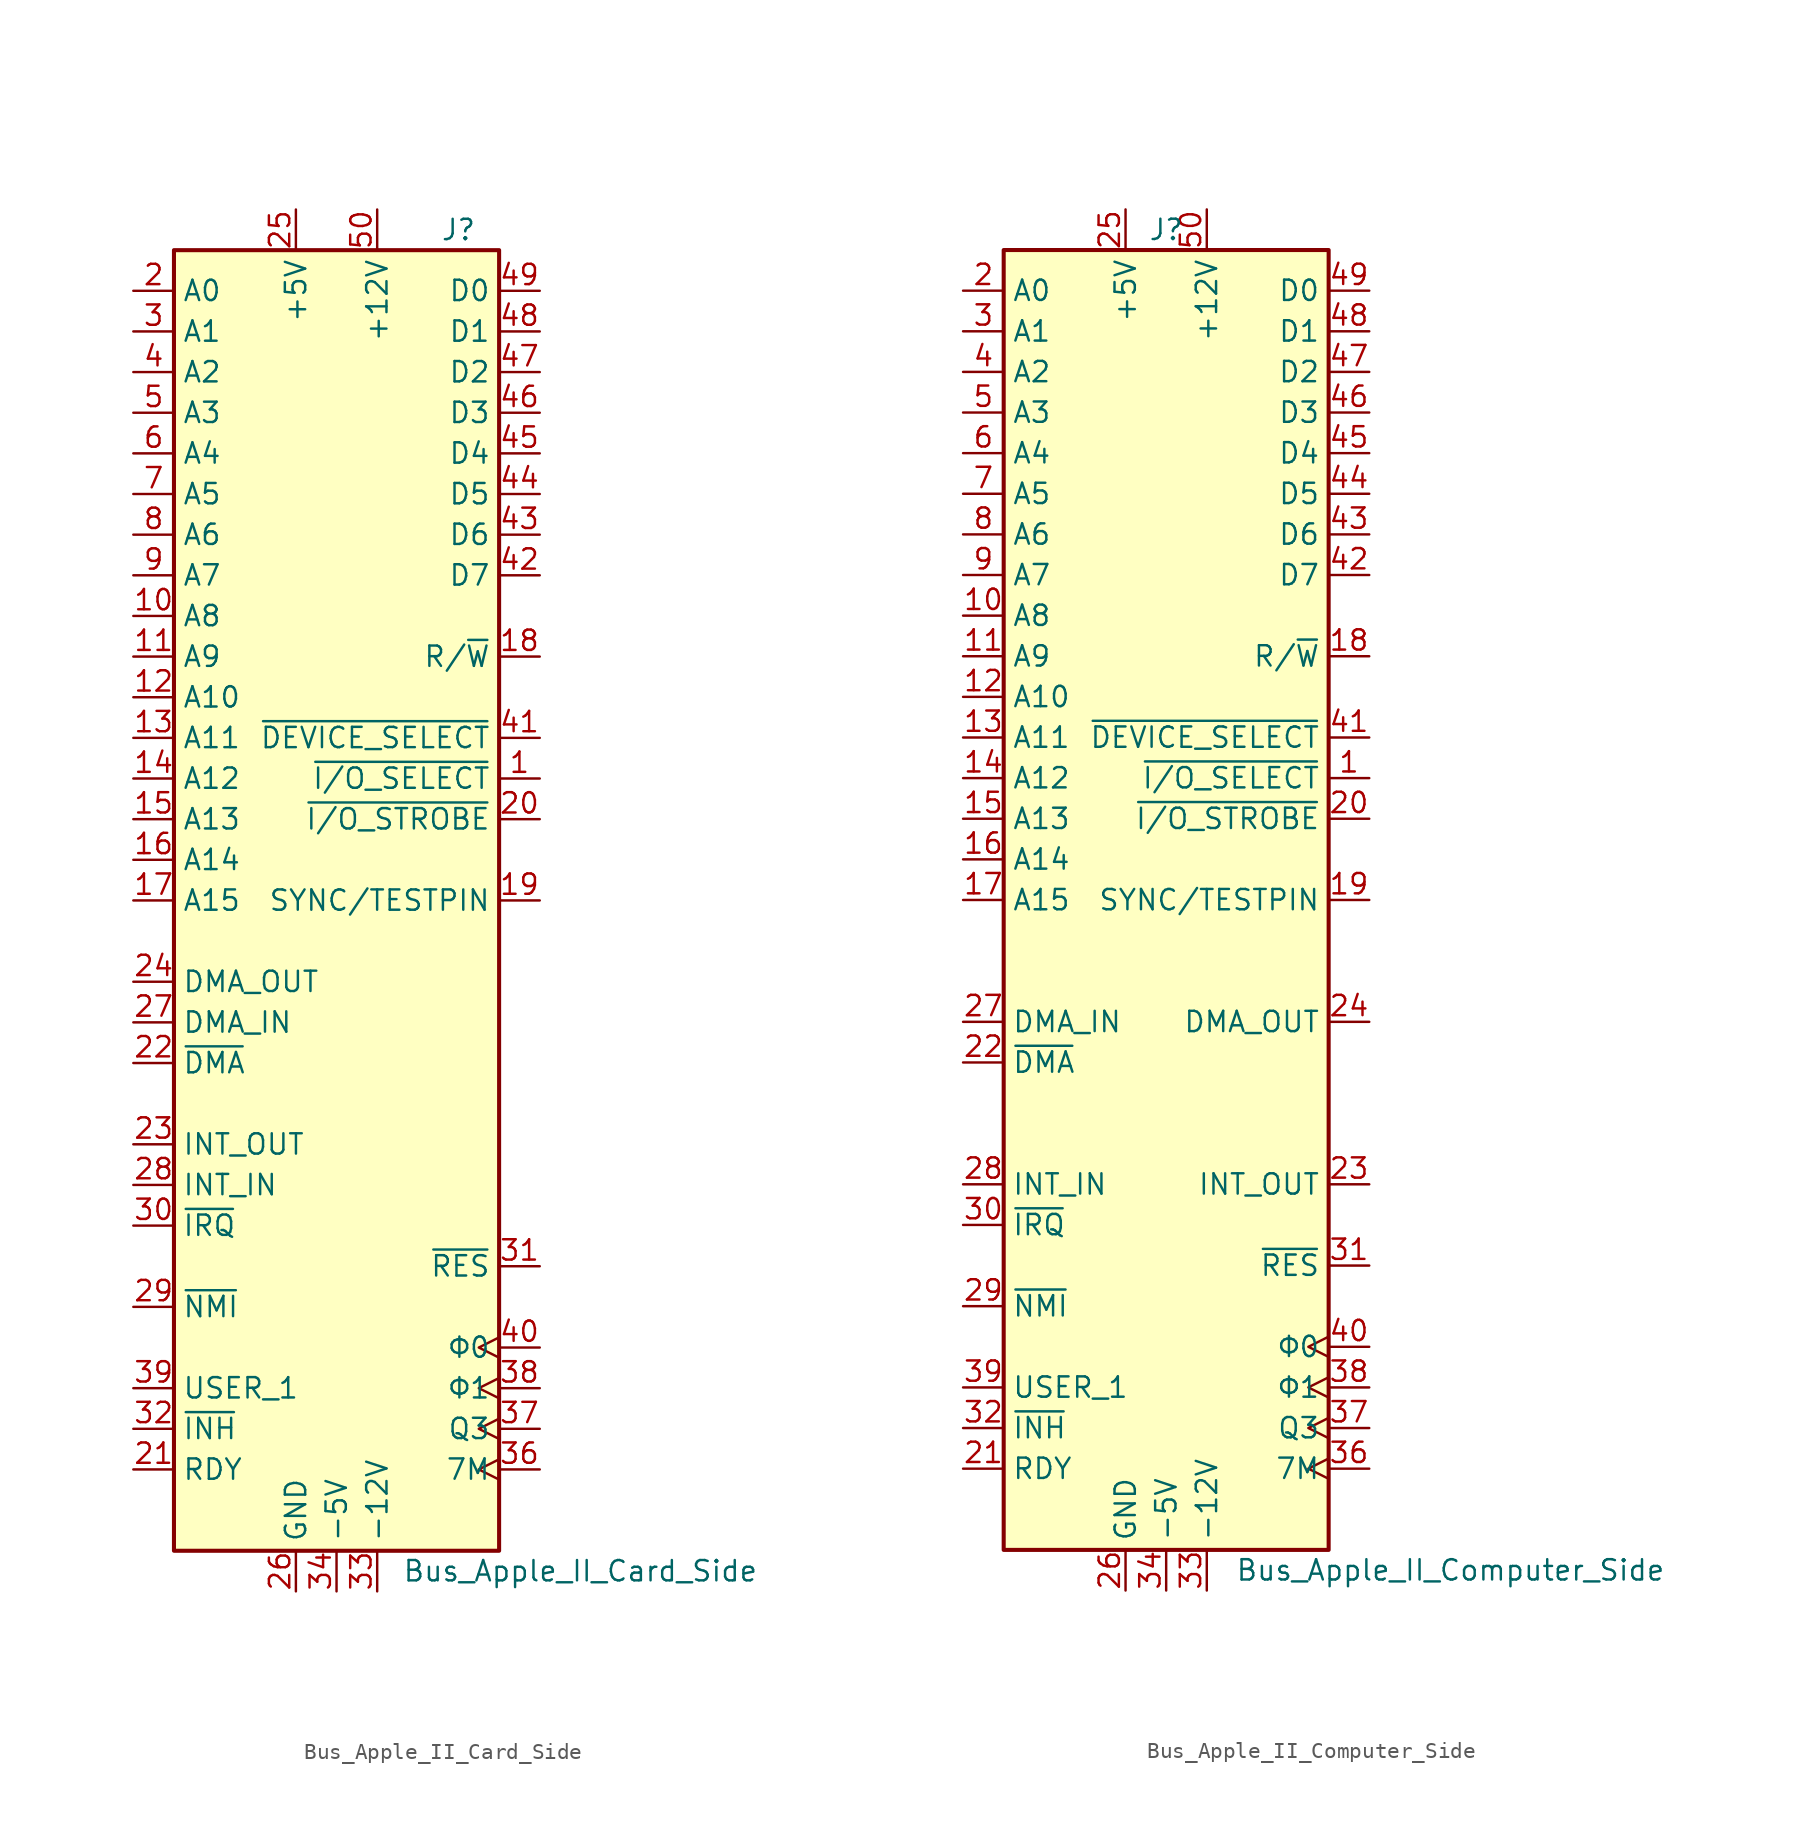
<source format=kicad_sym>
(kicad_symbol_lib
  (version 20231120)
  (generator "kicad_symbol_editor")
  (generator_version "8.0")
  (symbol "Bus_Apple_II_Card_Side"
    (property "Reference" "J"
      (at 7.62 41.91 0)
      (effects (font (size 1.27 1.27))))
    (property "Value" "Bus_Apple_II_Card_Side"
      (at 15.24 -41.91 0)
      (effects (font (size 1.27 1.27))))
    (symbol "Bus_Apple_II_Card_Side_0_1"
      (rectangle (start -10.16 40.64) (end 10.16 -40.64) (stroke (width 0.254) (type default)) (fill (type background))))
    (symbol "Bus_Apple_II_Card_Side_1_1"
      (pin output line (at 12.7 7.62 180) (length 2.54) (name "~{I/O_SELECT}" (effects (font (size 1.27 1.27)))) (number "1" (effects (font (size 1.27 1.27)))))
      (pin bidirectional line (at -12.7 17.78 0) (length 2.54) (name "A8" (effects (font (size 1.27 1.27)))) (number "10" (effects (font (size 1.27 1.27)))))
      (pin bidirectional line (at -12.7 15.24 0) (length 2.54) (name "A9" (effects (font (size 1.27 1.27)))) (number "11" (effects (font (size 1.27 1.27)))))
      (pin bidirectional line (at -12.7 12.7 0) (length 2.54) (name "A10" (effects (font (size 1.27 1.27)))) (number "12" (effects (font (size 1.27 1.27)))))
      (pin bidirectional line (at -12.7 10.16 0) (length 2.54) (name "A11" (effects (font (size 1.27 1.27)))) (number "13" (effects (font (size 1.27 1.27)))))
      (pin bidirectional line (at -12.7 7.62 0) (length 2.54) (name "A12" (effects (font (size 1.27 1.27)))) (number "14" (effects (font (size 1.27 1.27)))))
      (pin bidirectional line (at -12.7 5.08 0) (length 2.54) (name "A13" (effects (font (size 1.27 1.27)))) (number "15" (effects (font (size 1.27 1.27)))))
      (pin bidirectional line (at -12.7 2.54 0) (length 2.54) (name "A14" (effects (font (size 1.27 1.27)))) (number "16" (effects (font (size 1.27 1.27)))))
      (pin bidirectional line (at -12.7 0 0) (length 2.54) (name "A15" (effects (font (size 1.27 1.27)))) (number "17" (effects (font (size 1.27 1.27)))))
      (pin bidirectional line (at 12.7 15.24 180) (length 2.54) (name "R/~{W}" (effects (font (size 1.27 1.27)))) (number "18" (effects (font (size 1.27 1.27)))))
      (pin bidirectional line (at 12.7 0 180) (length 2.54) (name "SYNC/TESTPIN" (effects (font (size 1.27 1.27)))) (number "19" (effects (font (size 1.27 1.27)))))
      (pin bidirectional line (at -12.7 38.1 0) (length 2.54) (name "A0" (effects (font (size 1.27 1.27)))) (number "2" (effects (font (size 1.27 1.27)))))
      (pin output line (at 12.7 5.08 180) (length 2.54) (name "~{I/O_STROBE}" (effects (font (size 1.27 1.27)))) (number "20" (effects (font (size 1.27 1.27)))))
      (pin input line (at -12.7 -35.56 0) (length 2.54) (name "RDY" (effects (font (size 1.27 1.27)))) (number "21" (effects (font (size 1.27 1.27)))))
      (pin input line (at -12.7 -10.16 0) (length 2.54) (name "~{DMA}" (effects (font (size 1.27 1.27)))) (number "22" (effects (font (size 1.27 1.27)))))
      (pin input line (at -12.7 -15.24 0) (length 2.54) (name "INT_OUT" (effects (font (size 1.27 1.27)))) (number "23" (effects (font (size 1.27 1.27)))))
      (pin input line (at -12.7 -5.08 0) (length 2.54) (name "DMA_OUT" (effects (font (size 1.27 1.27)))) (number "24" (effects (font (size 1.27 1.27)))))
      (pin power_out line (at -2.54 43.18 270) (length 2.54) (name "+5V" (effects (font (size 1.27 1.27)))) (number "25" (effects (font (size 1.27 1.27)))))
      (pin power_out line (at -2.54 -43.18 90) (length 2.54) (name "GND" (effects (font (size 1.27 1.27)))) (number "26" (effects (font (size 1.27 1.27)))))
      (pin output line (at -12.7 -7.62 0) (length 2.54) (name "DMA_IN" (effects (font (size 1.27 1.27)))) (number "27" (effects (font (size 1.27 1.27)))))
      (pin output line (at -12.7 -17.78 0) (length 2.54) (name "INT_IN" (effects (font (size 1.27 1.27)))) (number "28" (effects (font (size 1.27 1.27)))))
      (pin input line (at -12.7 -25.4 0) (length 2.54) (name "~{NMI}" (effects (font (size 1.27 1.27)))) (number "29" (effects (font (size 1.27 1.27)))))
      (pin bidirectional line (at -12.7 35.56 0) (length 2.54) (name "A1" (effects (font (size 1.27 1.27)))) (number "3" (effects (font (size 1.27 1.27)))))
      (pin input line (at -12.7 -20.32 0) (length 2.54) (name "~{IRQ}" (effects (font (size 1.27 1.27)))) (number "30" (effects (font (size 1.27 1.27)))))
      (pin bidirectional line (at 12.7 -22.86 180) (length 2.54) (name "~{RES}" (effects (font (size 1.27 1.27)))) (number "31" (effects (font (size 1.27 1.27)))))
      (pin input line (at -12.7 -33.02 0) (length 2.54) (name "~{INH}" (effects (font (size 1.27 1.27)))) (number "32" (effects (font (size 1.27 1.27)))))
      (pin power_out line (at 2.54 -43.18 90) (length 2.54) (name "-12V" (effects (font (size 1.27 1.27)))) (number "33" (effects (font (size 1.27 1.27)))))
      (pin power_out line (at 0 -43.18 90) (length 2.54) (name "-5V" (effects (font (size 1.27 1.27)))) (number "34" (effects (font (size 1.27 1.27)))))
      (pin no_connect line (at 10.16 -2.54 180) (length 2.54) hide (name "N.C." (effects (font (size 1.27 1.27)))) (number "35" (effects (font (size 1.27 1.27)))))
      (pin output clock (at 12.7 -35.56 180) (length 2.54) (name "7M" (effects (font (size 1.27 1.27)))) (number "36" (effects (font (size 1.27 1.27)))))
      (pin output clock (at 12.7 -33.02 180) (length 2.54) (name "Q3" (effects (font (size 1.27 1.27)))) (number "37" (effects (font (size 1.27 1.27)))))
      (pin output clock (at 12.7 -30.48 180) (length 2.54) (name "Φ1" (effects (font (size 1.27 1.27)))) (number "38" (effects (font (size 1.27 1.27)))))
      (pin input line (at -12.7 -30.48 0) (length 2.54) (name "USER_1" (effects (font (size 1.27 1.27)))) (number "39" (effects (font (size 1.27 1.27)))))
      (pin bidirectional line (at -12.7 33.02 0) (length 2.54) (name "A2" (effects (font (size 1.27 1.27)))) (number "4" (effects (font (size 1.27 1.27)))))
      (pin output clock (at 12.7 -27.94 180) (length 2.54) (name "Φ0" (effects (font (size 1.27 1.27)))) (number "40" (effects (font (size 1.27 1.27)))))
      (pin output line (at 12.7 10.16 180) (length 2.54) (name "~{DEVICE_SELECT}" (effects (font (size 1.27 1.27)))) (number "41" (effects (font (size 1.27 1.27)))))
      (pin bidirectional line (at 12.7 20.32 180) (length 2.54) (name "D7" (effects (font (size 1.27 1.27)))) (number "42" (effects (font (size 1.27 1.27)))))
      (pin bidirectional line (at 12.7 22.86 180) (length 2.54) (name "D6" (effects (font (size 1.27 1.27)))) (number "43" (effects (font (size 1.27 1.27)))))
      (pin bidirectional line (at 12.7 25.4 180) (length 2.54) (name "D5" (effects (font (size 1.27 1.27)))) (number "44" (effects (font (size 1.27 1.27)))))
      (pin bidirectional line (at 12.7 27.94 180) (length 2.54) (name "D4" (effects (font (size 1.27 1.27)))) (number "45" (effects (font (size 1.27 1.27)))))
      (pin bidirectional line (at 12.7 30.48 180) (length 2.54) (name "D3" (effects (font (size 1.27 1.27)))) (number "46" (effects (font (size 1.27 1.27)))))
      (pin bidirectional line (at 12.7 33.02 180) (length 2.54) (name "D2" (effects (font (size 1.27 1.27)))) (number "47" (effects (font (size 1.27 1.27)))))
      (pin bidirectional line (at 12.7 35.56 180) (length 2.54) (name "D1" (effects (font (size 1.27 1.27)))) (number "48" (effects (font (size 1.27 1.27)))))
      (pin bidirectional line (at 12.7 38.1 180) (length 2.54) (name "D0" (effects (font (size 1.27 1.27)))) (number "49" (effects (font (size 1.27 1.27)))))
      (pin bidirectional line (at -12.7 30.48 0) (length 2.54) (name "A3" (effects (font (size 1.27 1.27)))) (number "5" (effects (font (size 1.27 1.27)))))
      (pin power_out line (at 2.54 43.18 270) (length 2.54) (name "+12V" (effects (font (size 1.27 1.27)))) (number "50" (effects (font (size 1.27 1.27)))))
      (pin bidirectional line (at -12.7 27.94 0) (length 2.54) (name "A4" (effects (font (size 1.27 1.27)))) (number "6" (effects (font (size 1.27 1.27)))))
      (pin bidirectional line (at -12.7 25.4 0) (length 2.54) (name "A5" (effects (font (size 1.27 1.27)))) (number "7" (effects (font (size 1.27 1.27)))))
      (pin bidirectional line (at -12.7 22.86 0) (length 2.54) (name "A6" (effects (font (size 1.27 1.27)))) (number "8" (effects (font (size 1.27 1.27)))))
      (pin bidirectional line (at -12.7 20.32 0) (length 2.54) (name "A7" (effects (font (size 1.27 1.27)))) (number "9" (effects (font (size 1.27 1.27)))))))
  (symbol "Bus_Apple_II_Computer_Side"
    (property "Reference" "J"
      (at 0 41.91 0)
      (effects (font (size 1.27 1.27))))
    (property "Value" "Bus_Apple_II_Computer_Side"
      (at 17.78 -41.91 0)
      (effects (font (size 1.27 1.27))))
    (symbol "Bus_Apple_II_Computer_Side_0_1"
      (rectangle (start -10.16 40.64) (end 10.16 -40.64) (stroke (width 0.254) (type default)) (fill (type background))))
    (symbol "Bus_Apple_II_Computer_Side_1_1"
      (pin input line (at 12.7 7.62 180) (length 2.54) (name "~{I/O_SELECT}" (effects (font (size 1.27 1.27)))) (number "1" (effects (font (size 1.27 1.27)))))
      (pin bidirectional line (at -12.7 17.78 0) (length 2.54) (name "A8" (effects (font (size 1.27 1.27)))) (number "10" (effects (font (size 1.27 1.27)))))
      (pin bidirectional line (at -12.7 15.24 0) (length 2.54) (name "A9" (effects (font (size 1.27 1.27)))) (number "11" (effects (font (size 1.27 1.27)))))
      (pin bidirectional line (at -12.7 12.7 0) (length 2.54) (name "A10" (effects (font (size 1.27 1.27)))) (number "12" (effects (font (size 1.27 1.27)))))
      (pin bidirectional line (at -12.7 10.16 0) (length 2.54) (name "A11" (effects (font (size 1.27 1.27)))) (number "13" (effects (font (size 1.27 1.27)))))
      (pin bidirectional line (at -12.7 7.62 0) (length 2.54) (name "A12" (effects (font (size 1.27 1.27)))) (number "14" (effects (font (size 1.27 1.27)))))
      (pin bidirectional line (at -12.7 5.08 0) (length 2.54) (name "A13" (effects (font (size 1.27 1.27)))) (number "15" (effects (font (size 1.27 1.27)))))
      (pin bidirectional line (at -12.7 2.54 0) (length 2.54) (name "A14" (effects (font (size 1.27 1.27)))) (number "16" (effects (font (size 1.27 1.27)))))
      (pin bidirectional line (at -12.7 0 0) (length 2.54) (name "A15" (effects (font (size 1.27 1.27)))) (number "17" (effects (font (size 1.27 1.27)))))
      (pin bidirectional line (at 12.7 15.24 180) (length 2.54) (name "R/~{W}" (effects (font (size 1.27 1.27)))) (number "18" (effects (font (size 1.27 1.27)))))
      (pin bidirectional line (at 12.7 0 180) (length 2.54) (name "SYNC/TESTPIN" (effects (font (size 1.27 1.27)))) (number "19" (effects (font (size 1.27 1.27)))))
      (pin bidirectional line (at -12.7 38.1 0) (length 2.54) (name "A0" (effects (font (size 1.27 1.27)))) (number "2" (effects (font (size 1.27 1.27)))))
      (pin input line (at 12.7 5.08 180) (length 2.54) (name "~{I/O_STROBE}" (effects (font (size 1.27 1.27)))) (number "20" (effects (font (size 1.27 1.27)))))
      (pin open_collector line (at -12.7 -35.56 0) (length 2.54) (name "RDY" (effects (font (size 1.27 1.27)))) (number "21" (effects (font (size 1.27 1.27)))))
      (pin open_collector line (at -12.7 -10.16 0) (length 2.54) (name "~{DMA}" (effects (font (size 1.27 1.27)))) (number "22" (effects (font (size 1.27 1.27)))))
      (pin output line (at 12.7 -17.78 180) (length 2.54) (name "INT_OUT" (effects (font (size 1.27 1.27)))) (number "23" (effects (font (size 1.27 1.27)))))
      (pin output line (at 12.7 -7.62 180) (length 2.54) (name "DMA_OUT" (effects (font (size 1.27 1.27)))) (number "24" (effects (font (size 1.27 1.27)))))
      (pin power_in line (at -2.54 43.18 270) (length 2.54) (name "+5V" (effects (font (size 1.27 1.27)))) (number "25" (effects (font (size 1.27 1.27)))))
      (pin power_in line (at -2.54 -43.18 90) (length 2.54) (name "GND" (effects (font (size 1.27 1.27)))) (number "26" (effects (font (size 1.27 1.27)))))
      (pin input line (at -12.7 -7.62 0) (length 2.54) (name "DMA_IN" (effects (font (size 1.27 1.27)))) (number "27" (effects (font (size 1.27 1.27)))))
      (pin input line (at -12.7 -17.78 0) (length 2.54) (name "INT_IN" (effects (font (size 1.27 1.27)))) (number "28" (effects (font (size 1.27 1.27)))))
      (pin open_collector line (at -12.7 -25.4 0) (length 2.54) (name "~{NMI}" (effects (font (size 1.27 1.27)))) (number "29" (effects (font (size 1.27 1.27)))))
      (pin bidirectional line (at -12.7 35.56 0) (length 2.54) (name "A1" (effects (font (size 1.27 1.27)))) (number "3" (effects (font (size 1.27 1.27)))))
      (pin open_collector line (at -12.7 -20.32 0) (length 2.54) (name "~{IRQ}" (effects (font (size 1.27 1.27)))) (number "30" (effects (font (size 1.27 1.27)))))
      (pin bidirectional line (at 12.7 -22.86 180) (length 2.54) (name "~{RES}" (effects (font (size 1.27 1.27)))) (number "31" (effects (font (size 1.27 1.27)))))
      (pin open_collector line (at -12.7 -33.02 0) (length 2.54) (name "~{INH}" (effects (font (size 1.27 1.27)))) (number "32" (effects (font (size 1.27 1.27)))))
      (pin power_in line (at 2.54 -43.18 90) (length 2.54) (name "-12V" (effects (font (size 1.27 1.27)))) (number "33" (effects (font (size 1.27 1.27)))))
      (pin power_in line (at 0 -43.18 90) (length 2.54) (name "-5V" (effects (font (size 1.27 1.27)))) (number "34" (effects (font (size 1.27 1.27)))))
      (pin no_connect line (at 10.16 -2.54 180) (length 2.54) hide (name "N.C." (effects (font (size 1.27 1.27)))) (number "35" (effects (font (size 1.27 1.27)))))
      (pin input clock (at 12.7 -35.56 180) (length 2.54) (name "7M" (effects (font (size 1.27 1.27)))) (number "36" (effects (font (size 1.27 1.27)))))
      (pin input clock (at 12.7 -33.02 180) (length 2.54) (name "Q3" (effects (font (size 1.27 1.27)))) (number "37" (effects (font (size 1.27 1.27)))))
      (pin input clock (at 12.7 -30.48 180) (length 2.54) (name "Φ1" (effects (font (size 1.27 1.27)))) (number "38" (effects (font (size 1.27 1.27)))))
      (pin open_collector line (at -12.7 -30.48 0) (length 2.54) (name "USER_1" (effects (font (size 1.27 1.27)))) (number "39" (effects (font (size 1.27 1.27)))))
      (pin bidirectional line (at -12.7 33.02 0) (length 2.54) (name "A2" (effects (font (size 1.27 1.27)))) (number "4" (effects (font (size 1.27 1.27)))))
      (pin input clock (at 12.7 -27.94 180) (length 2.54) (name "Φ0" (effects (font (size 1.27 1.27)))) (number "40" (effects (font (size 1.27 1.27)))))
      (pin input line (at 12.7 10.16 180) (length 2.54) (name "~{DEVICE_SELECT}" (effects (font (size 1.27 1.27)))) (number "41" (effects (font (size 1.27 1.27)))))
      (pin bidirectional line (at 12.7 20.32 180) (length 2.54) (name "D7" (effects (font (size 1.27 1.27)))) (number "42" (effects (font (size 1.27 1.27)))))
      (pin bidirectional line (at 12.7 22.86 180) (length 2.54) (name "D6" (effects (font (size 1.27 1.27)))) (number "43" (effects (font (size 1.27 1.27)))))
      (pin bidirectional line (at 12.7 25.4 180) (length 2.54) (name "D5" (effects (font (size 1.27 1.27)))) (number "44" (effects (font (size 1.27 1.27)))))
      (pin bidirectional line (at 12.7 27.94 180) (length 2.54) (name "D4" (effects (font (size 1.27 1.27)))) (number "45" (effects (font (size 1.27 1.27)))))
      (pin bidirectional line (at 12.7 30.48 180) (length 2.54) (name "D3" (effects (font (size 1.27 1.27)))) (number "46" (effects (font (size 1.27 1.27)))))
      (pin bidirectional line (at 12.7 33.02 180) (length 2.54) (name "D2" (effects (font (size 1.27 1.27)))) (number "47" (effects (font (size 1.27 1.27)))))
      (pin bidirectional line (at 12.7 35.56 180) (length 2.54) (name "D1" (effects (font (size 1.27 1.27)))) (number "48" (effects (font (size 1.27 1.27)))))
      (pin bidirectional line (at 12.7 38.1 180) (length 2.54) (name "D0" (effects (font (size 1.27 1.27)))) (number "49" (effects (font (size 1.27 1.27)))))
      (pin bidirectional line (at -12.7 30.48 0) (length 2.54) (name "A3" (effects (font (size 1.27 1.27)))) (number "5" (effects (font (size 1.27 1.27)))))
      (pin power_in line (at 2.54 43.18 270) (length 2.54) (name "+12V" (effects (font (size 1.27 1.27)))) (number "50" (effects (font (size 1.27 1.27)))))
      (pin bidirectional line (at -12.7 27.94 0) (length 2.54) (name "A4" (effects (font (size 1.27 1.27)))) (number "6" (effects (font (size 1.27 1.27)))))
      (pin bidirectional line (at -12.7 25.4 0) (length 2.54) (name "A5" (effects (font (size 1.27 1.27)))) (number "7" (effects (font (size 1.27 1.27)))))
      (pin bidirectional line (at -12.7 22.86 0) (length 2.54) (name "A6" (effects (font (size 1.27 1.27)))) (number "8" (effects (font (size 1.27 1.27)))))
      (pin bidirectional line (at -12.7 20.32 0) (length 2.54) (name "A7" (effects (font (size 1.27 1.27)))) (number "9" (effects (font (size 1.27 1.27))))))))
</source>
